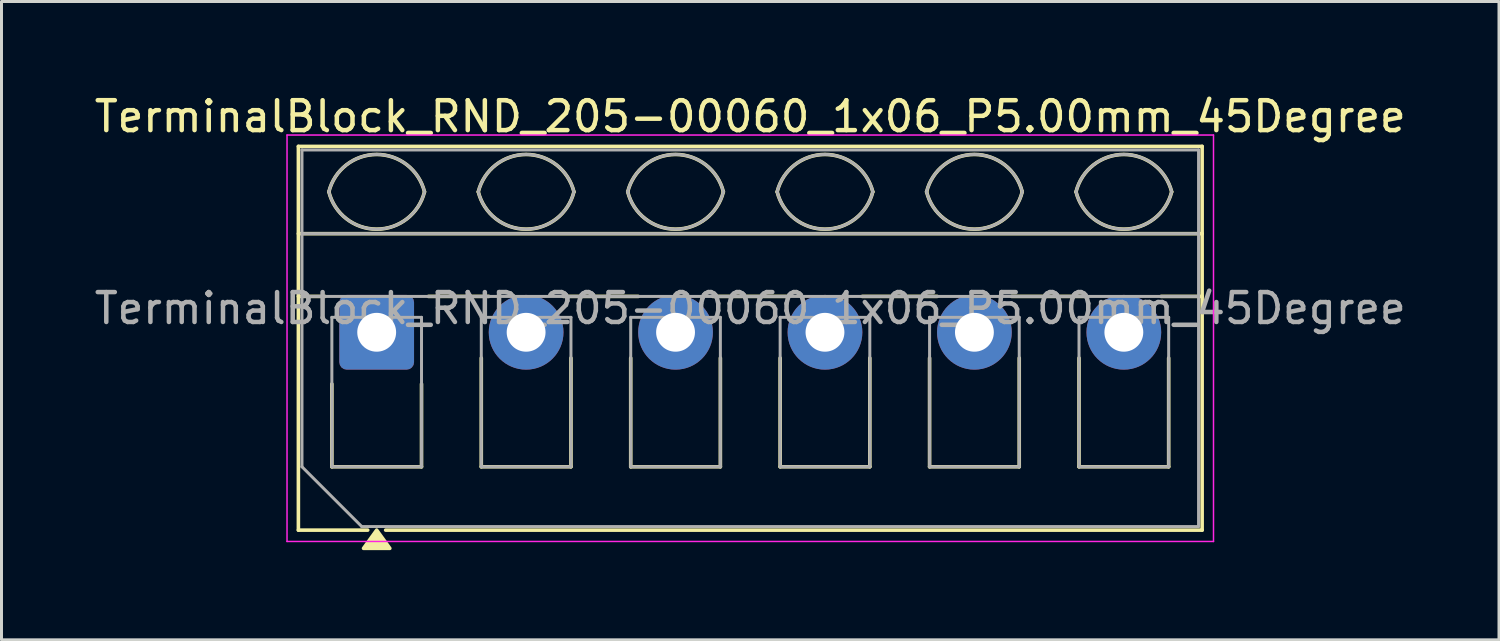
<source format=kicad_pcb>
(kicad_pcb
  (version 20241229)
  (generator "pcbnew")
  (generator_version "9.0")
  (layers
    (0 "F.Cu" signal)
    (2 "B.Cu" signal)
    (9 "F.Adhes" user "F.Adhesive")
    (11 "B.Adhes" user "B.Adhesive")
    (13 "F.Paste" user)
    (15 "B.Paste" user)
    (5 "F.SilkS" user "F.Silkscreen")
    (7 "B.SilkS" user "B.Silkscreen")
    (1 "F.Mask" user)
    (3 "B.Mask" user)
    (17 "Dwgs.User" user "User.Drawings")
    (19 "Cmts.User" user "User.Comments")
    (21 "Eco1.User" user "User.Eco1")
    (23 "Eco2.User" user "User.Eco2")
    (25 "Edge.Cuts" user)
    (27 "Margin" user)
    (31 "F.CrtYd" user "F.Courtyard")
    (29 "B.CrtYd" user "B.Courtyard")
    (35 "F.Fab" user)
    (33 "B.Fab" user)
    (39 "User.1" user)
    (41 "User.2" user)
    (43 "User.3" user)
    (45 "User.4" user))
  (footprint "TerminalBlock_RND_205-00060_1x06_P5.00mm_45Degree"
    (layer "F.Cu")
    (at 9.554 8.068)
    (property "Reference" "TerminalBlock_RND_205-00060_1x06_P5.00mm_45Degree" (at 12.5 -7.22 0) (layer "F.SilkS") (effects (font (size 1 1) (thickness 0.15))))
    (attr through_hole)
    (fp_line (start -2.62 -6.22) (end -2.62 6.62) (stroke (width 0.12) (type solid)) (layer "F.SilkS"))
    (fp_line (start -2.62 -6.22) (end 27.62 -6.22) (stroke (width 0.12) (type solid)) (layer "F.SilkS"))
    (fp_line (start -2.62 -3.3) (end 27.62 -3.3) (stroke (width 0.12) (type solid)) (layer "F.SilkS"))
    (fp_line (start -2.62 -1.2) (end -1.73 -1.2) (stroke (width 0.12) (type solid)) (layer "F.SilkS"))
    (fp_line (start -2.62 6.62) (end -0.3 6.62) (stroke (width 0.12) (type solid)) (layer "F.SilkS"))
    (fp_line (start -1.5 1.73) (end -1.5 4.5) (stroke (width 0.12) (type solid)) (layer "F.SilkS"))
    (fp_line (start -1.5 4.5) (end 1.5 4.5) (stroke (width 0.12) (type solid)) (layer "F.SilkS"))
    (fp_line (start 0.3 6.62) (end 27.62 6.62) (stroke (width 0.12) (type solid)) (layer "F.SilkS"))
    (fp_line (start 1.5 1.73) (end 1.5 4.5) (stroke (width 0.12) (type solid)) (layer "F.SilkS"))
    (fp_line (start 1.73 -1.2) (end 3.754 -1.2) (stroke (width 0.12) (type solid)) (layer "F.SilkS"))
    (fp_line (start 3.5 0.862) (end 3.5 4.5) (stroke (width 0.12) (type solid)) (layer "F.SilkS"))
    (fp_line (start 3.5 4.5) (end 6.5 4.5) (stroke (width 0.12) (type solid)) (layer "F.SilkS"))
    (fp_line (start 6.246 -1.2) (end 8.754 -1.2) (stroke (width 0.12) (type solid)) (layer "F.SilkS"))
    (fp_line (start 6.5 0.862) (end 6.5 4.5) (stroke (width 0.12) (type solid)) (layer "F.SilkS"))
    (fp_line (start 8.5 0.862) (end 8.5 4.5) (stroke (width 0.12) (type solid)) (layer "F.SilkS"))
    (fp_line (start 8.5 4.5) (end 11.5 4.5) (stroke (width 0.12) (type solid)) (layer "F.SilkS"))
    (fp_line (start 11.246 -1.2) (end 13.754 -1.2) (stroke (width 0.12) (type solid)) (layer "F.SilkS"))
    (fp_line (start 11.5 0.862) (end 11.5 4.5) (stroke (width 0.12) (type solid)) (layer "F.SilkS"))
    (fp_line (start 13.5 0.862) (end 13.5 4.5) (stroke (width 0.12) (type solid)) (layer "F.SilkS"))
    (fp_line (start 13.5 4.5) (end 16.5 4.5) (stroke (width 0.12) (type solid)) (layer "F.SilkS"))
    (fp_line (start 16.246 -1.2) (end 18.754 -1.2) (stroke (width 0.12) (type solid)) (layer "F.SilkS"))
    (fp_line (start 16.5 0.862) (end 16.5 4.5) (stroke (width 0.12) (type solid)) (layer "F.SilkS"))
    (fp_line (start 18.5 0.862) (end 18.5 4.5) (stroke (width 0.12) (type solid)) (layer "F.SilkS"))
    (fp_line (start 18.5 4.5) (end 21.5 4.5) (stroke (width 0.12) (type solid)) (layer "F.SilkS"))
    (fp_line (start 21.246 -1.2) (end 23.754 -1.2) (stroke (width 0.12) (type solid)) (layer "F.SilkS"))
    (fp_line (start 21.5 0.862) (end 21.5 4.5) (stroke (width 0.12) (type solid)) (layer "F.SilkS"))
    (fp_line (start 23.5 0.862) (end 23.5 4.5) (stroke (width 0.12) (type solid)) (layer "F.SilkS"))
    (fp_line (start 23.5 4.5) (end 26.5 4.5) (stroke (width 0.12) (type solid)) (layer "F.SilkS"))
    (fp_line (start 26.246 -1.2) (end 27.62 -1.2) (stroke (width 0.12) (type solid)) (layer "F.SilkS"))
    (fp_line (start 26.5 0.862) (end 26.5 4.5) (stroke (width 0.12) (type solid)) (layer "F.SilkS"))
    (fp_line (start 27.62 -6.22) (end 27.62 6.62) (stroke (width 0.12) (type solid)) (layer "F.SilkS"))
    (fp_arc (start -1.600031 -4.699875) (mid -0.000065 -5.95) (end 1.6 -4.7) (stroke (width 0.12) (type solid)) (layer "F.SilkS"))
    (fp_arc (start 1.6 -4.7) (mid -0.000065 -3.45) (end -1.600031 -4.700125) (stroke (width 0.12) (type solid)) (layer "F.SilkS"))
    (fp_arc (start 3.399969 -4.699875) (mid 4.999935 -5.95) (end 6.6 -4.7) (stroke (width 0.12) (type solid)) (layer "F.SilkS"))
    (fp_arc (start 6.6 -4.7) (mid 4.999935 -3.45) (end 3.399969 -4.700125) (stroke (width 0.12) (type solid)) (layer "F.SilkS"))
    (fp_arc (start 8.399969 -4.699875) (mid 9.999935 -5.95) (end 11.6 -4.7) (stroke (width 0.12) (type solid)) (layer "F.SilkS"))
    (fp_arc (start 11.6 -4.7) (mid 9.999935 -3.45) (end 8.399969 -4.700125) (stroke (width 0.12) (type solid)) (layer "F.SilkS"))
    (fp_arc (start 13.399969 -4.699875) (mid 14.999935 -5.95) (end 16.6 -4.7) (stroke (width 0.12) (type solid)) (layer "F.SilkS"))
    (fp_arc (start 16.6 -4.7) (mid 14.999935 -3.45) (end 13.399969 -4.700125) (stroke (width 0.12) (type solid)) (layer "F.SilkS"))
    (fp_arc (start 18.399969 -4.699875) (mid 19.999935 -5.95) (end 21.6 -4.7) (stroke (width 0.12) (type solid)) (layer "F.SilkS"))
    (fp_arc (start 21.6 -4.7) (mid 19.999935 -3.45) (end 18.399969 -4.700125) (stroke (width 0.12) (type solid)) (layer "F.SilkS"))
    (fp_arc (start 23.399969 -4.699875) (mid 24.999935 -5.95) (end 26.6 -4.7) (stroke (width 0.12) (type solid)) (layer "F.SilkS"))
    (fp_arc (start 26.6 -4.7) (mid 24.999935 -3.45) (end 23.399969 -4.700125) (stroke (width 0.12) (type solid)) (layer "F.SilkS"))
    (fp_poly (pts (xy 0 6.62) (xy 0.44 7.23) (xy -0.44 7.23)) (stroke (width 0.12) (type solid)) (fill yes) (layer "F.SilkS"))
    (fp_line (start -3 -6.6) (end -3 7) (stroke (width 0.05) (type solid)) (layer "F.CrtYd"))
    (fp_line (start -3 7) (end 28 7) (stroke (width 0.05) (type solid)) (layer "F.CrtYd"))
    (fp_line (start 28 -6.6) (end -3 -6.6) (stroke (width 0.05) (type solid)) (layer "F.CrtYd"))
    (fp_line (start 28 7) (end 28 -6.6) (stroke (width 0.05) (type solid)) (layer "F.CrtYd"))
    (fp_line (start -2.5 -6.1) (end 27.5 -6.1) (stroke (width 0.1) (type solid)) (layer "F.Fab"))
    (fp_line (start -2.5 -3.3) (end 27.5 -3.3) (stroke (width 0.1) (type solid)) (layer "F.Fab"))
    (fp_line (start -2.5 -1.2) (end 27.5 -1.2) (stroke (width 0.1) (type solid)) (layer "F.Fab"))
    (fp_line (start -2.5 4.5) (end -2.5 -6.1) (stroke (width 0.1) (type solid)) (layer "F.Fab"))
    (fp_line (start -1.5 -0.5) (end -1.5 4.5) (stroke (width 0.1) (type solid)) (layer "F.Fab"))
    (fp_line (start -1.5 4.5) (end 1.5 4.5) (stroke (width 0.1) (type solid)) (layer "F.Fab"))
    (fp_line (start -0.5 6.5) (end -2.5 4.5) (stroke (width 0.1) (type solid)) (layer "F.Fab"))
    (fp_line (start 1.5 -0.5) (end -1.5 -0.5) (stroke (width 0.1) (type solid)) (layer "F.Fab"))
    (fp_line (start 1.5 4.5) (end 1.5 -0.5) (stroke (width 0.1) (type solid)) (layer "F.Fab"))
    (fp_line (start 3.5 -0.5) (end 3.5 4.5) (stroke (width 0.1) (type solid)) (layer "F.Fab"))
    (fp_line (start 3.5 4.5) (end 6.5 4.5) (stroke (width 0.1) (type solid)) (layer "F.Fab"))
    (fp_line (start 6.5 -0.5) (end 3.5 -0.5) (stroke (width 0.1) (type solid)) (layer "F.Fab"))
    (fp_line (start 6.5 4.5) (end 6.5 -0.5) (stroke (width 0.1) (type solid)) (layer "F.Fab"))
    (fp_line (start 8.5 -0.5) (end 8.5 4.5) (stroke (width 0.1) (type solid)) (layer "F.Fab"))
    (fp_line (start 8.5 4.5) (end 11.5 4.5) (stroke (width 0.1) (type solid)) (layer "F.Fab"))
    (fp_line (start 11.5 -0.5) (end 8.5 -0.5) (stroke (width 0.1) (type solid)) (layer "F.Fab"))
    (fp_line (start 11.5 4.5) (end 11.5 -0.5) (stroke (width 0.1) (type solid)) (layer "F.Fab"))
    (fp_line (start 13.5 -0.5) (end 13.5 4.5) (stroke (width 0.1) (type solid)) (layer "F.Fab"))
    (fp_line (start 13.5 4.5) (end 16.5 4.5) (stroke (width 0.1) (type solid)) (layer "F.Fab"))
    (fp_line (start 16.5 -0.5) (end 13.5 -0.5) (stroke (width 0.1) (type solid)) (layer "F.Fab"))
    (fp_line (start 16.5 4.5) (end 16.5 -0.5) (stroke (width 0.1) (type solid)) (layer "F.Fab"))
    (fp_line (start 18.5 -0.5) (end 18.5 4.5) (stroke (width 0.1) (type solid)) (layer "F.Fab"))
    (fp_line (start 18.5 4.5) (end 21.5 4.5) (stroke (width 0.1) (type solid)) (layer "F.Fab"))
    (fp_line (start 21.5 -0.5) (end 18.5 -0.5) (stroke (width 0.1) (type solid)) (layer "F.Fab"))
    (fp_line (start 21.5 4.5) (end 21.5 -0.5) (stroke (width 0.1) (type solid)) (layer "F.Fab"))
    (fp_line (start 23.5 -0.5) (end 23.5 4.5) (stroke (width 0.1) (type solid)) (layer "F.Fab"))
    (fp_line (start 23.5 4.5) (end 26.5 4.5) (stroke (width 0.1) (type solid)) (layer "F.Fab"))
    (fp_line (start 26.5 -0.5) (end 23.5 -0.5) (stroke (width 0.1) (type solid)) (layer "F.Fab"))
    (fp_line (start 26.5 4.5) (end 26.5 -0.5) (stroke (width 0.1) (type solid)) (layer "F.Fab"))
    (fp_line (start 27.5 -6.1) (end 27.5 6.5) (stroke (width 0.1) (type solid)) (layer "F.Fab"))
    (fp_line (start 27.5 6.5) (end -0.5 6.5) (stroke (width 0.1) (type solid)) (layer "F.Fab"))
    (fp_arc (start -1.600914 -4.700344) (mid 0.000177 -5.95097) (end 1.601 -4.7) (stroke (width 0.1) (type solid)) (layer "F.Fab"))
    (fp_arc (start 1.6 -4.7) (mid -0.000065 -3.45) (end -1.600031 -4.700125) (stroke (width 0.1) (type solid)) (layer "F.Fab"))
    (fp_arc (start 3.399086 -4.700344) (mid 5.000177 -5.95097) (end 6.601 -4.7) (stroke (width 0.1) (type solid)) (layer "F.Fab"))
    (fp_arc (start 6.6 -4.7) (mid 4.999935 -3.45) (end 3.399969 -4.700125) (stroke (width 0.1) (type solid)) (layer "F.Fab"))
    (fp_arc (start 8.399086 -4.700344) (mid 10.000177 -5.95097) (end 11.601 -4.7) (stroke (width 0.1) (type solid)) (layer "F.Fab"))
    (fp_arc (start 11.6 -4.7) (mid 9.999935 -3.45) (end 8.399969 -4.700125) (stroke (width 0.1) (type solid)) (layer "F.Fab"))
    (fp_arc (start 13.399086 -4.700344) (mid 15.000177 -5.95097) (end 16.601 -4.7) (stroke (width 0.1) (type solid)) (layer "F.Fab"))
    (fp_arc (start 16.6 -4.7) (mid 14.999935 -3.45) (end 13.399969 -4.700125) (stroke (width 0.1) (type solid)) (layer "F.Fab"))
    (fp_arc (start 18.399086 -4.700344) (mid 20.000177 -5.95097) (end 21.601 -4.7) (stroke (width 0.1) (type solid)) (layer "F.Fab"))
    (fp_arc (start 21.6 -4.7) (mid 19.999935 -3.45) (end 18.399969 -4.700125) (stroke (width 0.1) (type solid)) (layer "F.Fab"))
    (fp_arc (start 23.399086 -4.700344) (mid 25.000177 -5.95097) (end 26.601 -4.7) (stroke (width 0.1) (type solid)) (layer "F.Fab"))
    (fp_arc (start 26.6 -4.7) (mid 24.999935 -3.45) (end 23.399969 -4.700125) (stroke (width 0.1) (type solid)) (layer "F.Fab"))
    (fp_text user "${REFERENCE}" (at 12.5 -0.8 0) (layer "F.Fab") (effects (font (size 1 1) (thickness 0.15))))
    (pad "1" thru_hole roundrect (at 0 0) (size 2.5 2.5) (drill 1.3) (layers "*.Cu" "*.Mask") (roundrect_rratio 0.1))
    (pad "2" thru_hole circle (at 5 0) (size 2.5 2.5) (drill 1.3) (layers "*.Cu" "*.Mask"))
    (pad "3" thru_hole circle (at 10 0) (size 2.5 2.5) (drill 1.3) (layers "*.Cu" "*.Mask"))
    (pad "4" thru_hole circle (at 15 0) (size 2.5 2.5) (drill 1.3) (layers "*.Cu" "*.Mask"))
    (pad "5" thru_hole circle (at 20 0) (size 2.5 2.5) (drill 1.3) (layers "*.Cu" "*.Mask"))
    (pad "6" thru_hole circle (at 25 0) (size 2.5 2.5) (drill 1.3) (layers "*.Cu" "*.Mask")))
  (gr_rect
    (start -3 -3)
    (end 47.107 18.358)
    (stroke (width 0.1) (type default))
    (fill no)
    (layer "Edge.Cuts")))
</source>
